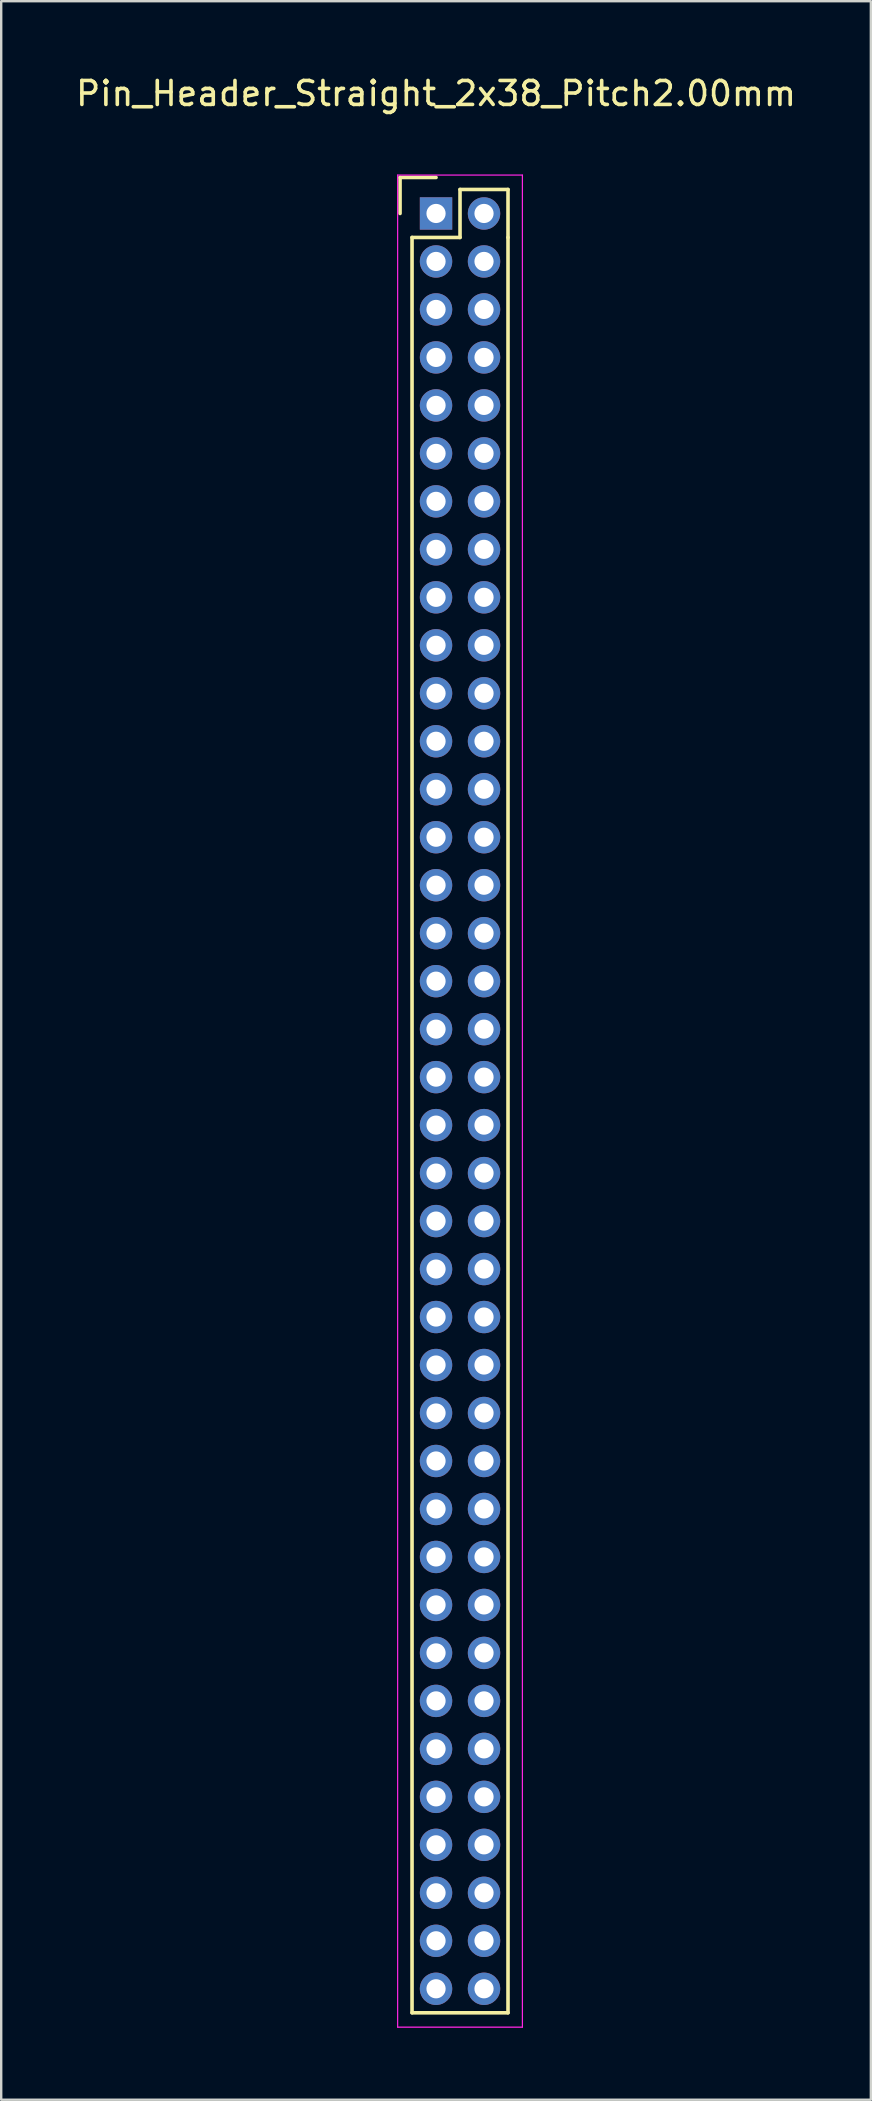
<source format=kicad_pcb>
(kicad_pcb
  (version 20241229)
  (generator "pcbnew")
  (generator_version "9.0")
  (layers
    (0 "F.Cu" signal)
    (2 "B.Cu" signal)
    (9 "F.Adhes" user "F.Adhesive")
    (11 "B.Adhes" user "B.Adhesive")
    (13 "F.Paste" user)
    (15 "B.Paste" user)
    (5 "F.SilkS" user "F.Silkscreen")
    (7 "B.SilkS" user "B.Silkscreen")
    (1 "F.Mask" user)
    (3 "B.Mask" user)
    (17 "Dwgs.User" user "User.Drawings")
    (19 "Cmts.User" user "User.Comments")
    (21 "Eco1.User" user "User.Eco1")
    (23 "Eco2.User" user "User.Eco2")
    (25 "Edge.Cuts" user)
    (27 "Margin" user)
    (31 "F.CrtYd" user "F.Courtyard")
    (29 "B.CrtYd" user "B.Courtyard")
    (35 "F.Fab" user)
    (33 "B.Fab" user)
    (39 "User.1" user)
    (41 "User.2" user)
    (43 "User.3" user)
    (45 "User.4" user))
  (footprint "Pin_Header_Straight_2x38_Pitch2.00mm"
    (layer "F.Cu")
    (at 15.125 5.848)
    (property "Reference" "Pin_Header_Straight_2x38_Pitch2.00mm" (at 0 -5 0) (layer "F.SilkS") (effects (font (size 1 1) (thickness 0.15))))
    (attr through_hole)
    (fp_line (start -1.5 -1.5) (end 0 -1.5) (stroke (width 0.15) (type solid)) (layer "F.SilkS"))
    (fp_line (start -1.5 0) (end -1.5 -1.5) (stroke (width 0.15) (type solid)) (layer "F.SilkS"))
    (fp_line (start -1 1) (end 1 1) (stroke (width 0.15) (type solid)) (layer "F.SilkS"))
    (fp_line (start -1 75) (end -1 1) (stroke (width 0.15) (type solid)) (layer "F.SilkS"))
    (fp_line (start 1 -1) (end 3 -1) (stroke (width 0.15) (type solid)) (layer "F.SilkS"))
    (fp_line (start 1 1) (end 1 -1) (stroke (width 0.15) (type solid)) (layer "F.SilkS"))
    (fp_line (start 3 -1) (end 3 1) (stroke (width 0.15) (type solid)) (layer "F.SilkS"))
    (fp_line (start 3 1) (end 3 75) (stroke (width 0.15) (type solid)) (layer "F.SilkS"))
    (fp_line (start 3 75) (end -1 75) (stroke (width 0.15) (type solid)) (layer "F.SilkS"))
    (fp_line (start -1.6 -1.6) (end 3.6 -1.6) (stroke (width 0.05) (type solid)) (layer "F.CrtYd"))
    (fp_line (start -1.6 75.6) (end -1.6 -1.6) (stroke (width 0.05) (type solid)) (layer "F.CrtYd"))
    (fp_line (start 3.6 -1.6) (end 3.6 75.6) (stroke (width 0.05) (type solid)) (layer "F.CrtYd"))
    (fp_line (start 3.6 75.6) (end -1.6 75.6) (stroke (width 0.05) (type solid)) (layer "F.CrtYd"))
    (pad "1" thru_hole rect (at 0 0) (size 1.35 1.35) (drill 0.8) (layers "*.Cu" "*.Mask"))
    (pad "2" thru_hole circle (at 2 0) (size 1.35 1.35) (drill 0.8) (layers "*.Cu" "*.Mask"))
    (pad "3" thru_hole circle (at 0 2) (size 1.35 1.35) (drill 0.8) (layers "*.Cu" "*.Mask"))
    (pad "4" thru_hole circle (at 2 2) (size 1.35 1.35) (drill 0.8) (layers "*.Cu" "*.Mask"))
    (pad "5" thru_hole circle (at 0 4) (size 1.35 1.35) (drill 0.8) (layers "*.Cu" "*.Mask"))
    (pad "6" thru_hole circle (at 2 4) (size 1.35 1.35) (drill 0.8) (layers "*.Cu" "*.Mask"))
    (pad "7" thru_hole circle (at 0 6) (size 1.35 1.35) (drill 0.8) (layers "*.Cu" "*.Mask"))
    (pad "8" thru_hole circle (at 2 6) (size 1.35 1.35) (drill 0.8) (layers "*.Cu" "*.Mask"))
    (pad "9" thru_hole circle (at 0 8) (size 1.35 1.35) (drill 0.8) (layers "*.Cu" "*.Mask"))
    (pad "10" thru_hole circle (at 2 8) (size 1.35 1.35) (drill 0.8) (layers "*.Cu" "*.Mask"))
    (pad "11" thru_hole circle (at 0 10) (size 1.35 1.35) (drill 0.8) (layers "*.Cu" "*.Mask"))
    (pad "12" thru_hole circle (at 2 10) (size 1.35 1.35) (drill 0.8) (layers "*.Cu" "*.Mask"))
    (pad "13" thru_hole circle (at 0 12) (size 1.35 1.35) (drill 0.8) (layers "*.Cu" "*.Mask"))
    (pad "14" thru_hole circle (at 2 12) (size 1.35 1.35) (drill 0.8) (layers "*.Cu" "*.Mask"))
    (pad "15" thru_hole circle (at 0 14) (size 1.35 1.35) (drill 0.8) (layers "*.Cu" "*.Mask"))
    (pad "16" thru_hole circle (at 2 14) (size 1.35 1.35) (drill 0.8) (layers "*.Cu" "*.Mask"))
    (pad "17" thru_hole circle (at 0 16) (size 1.35 1.35) (drill 0.8) (layers "*.Cu" "*.Mask"))
    (pad "18" thru_hole circle (at 2 16) (size 1.35 1.35) (drill 0.8) (layers "*.Cu" "*.Mask"))
    (pad "19" thru_hole circle (at 0 18) (size 1.35 1.35) (drill 0.8) (layers "*.Cu" "*.Mask"))
    (pad "20" thru_hole circle (at 2 18) (size 1.35 1.35) (drill 0.8) (layers "*.Cu" "*.Mask"))
    (pad "21" thru_hole circle (at 0 20) (size 1.35 1.35) (drill 0.8) (layers "*.Cu" "*.Mask"))
    (pad "22" thru_hole circle (at 2 20) (size 1.35 1.35) (drill 0.8) (layers "*.Cu" "*.Mask"))
    (pad "23" thru_hole circle (at 0 22) (size 1.35 1.35) (drill 0.8) (layers "*.Cu" "*.Mask"))
    (pad "24" thru_hole circle (at 2 22) (size 1.35 1.35) (drill 0.8) (layers "*.Cu" "*.Mask"))
    (pad "25" thru_hole circle (at 0 24) (size 1.35 1.35) (drill 0.8) (layers "*.Cu" "*.Mask"))
    (pad "26" thru_hole circle (at 2 24) (size 1.35 1.35) (drill 0.8) (layers "*.Cu" "*.Mask"))
    (pad "27" thru_hole circle (at 0 26) (size 1.35 1.35) (drill 0.8) (layers "*.Cu" "*.Mask"))
    (pad "28" thru_hole circle (at 2 26) (size 1.35 1.35) (drill 0.8) (layers "*.Cu" "*.Mask"))
    (pad "29" thru_hole circle (at 0 28) (size 1.35 1.35) (drill 0.8) (layers "*.Cu" "*.Mask"))
    (pad "30" thru_hole circle (at 2 28) (size 1.35 1.35) (drill 0.8) (layers "*.Cu" "*.Mask"))
    (pad "31" thru_hole circle (at 0 30) (size 1.35 1.35) (drill 0.8) (layers "*.Cu" "*.Mask"))
    (pad "32" thru_hole circle (at 2 30) (size 1.35 1.35) (drill 0.8) (layers "*.Cu" "*.Mask"))
    (pad "33" thru_hole circle (at 0 32) (size 1.35 1.35) (drill 0.8) (layers "*.Cu" "*.Mask"))
    (pad "34" thru_hole circle (at 2 32) (size 1.35 1.35) (drill 0.8) (layers "*.Cu" "*.Mask"))
    (pad "35" thru_hole circle (at 0 34) (size 1.35 1.35) (drill 0.8) (layers "*.Cu" "*.Mask"))
    (pad "36" thru_hole circle (at 2 34) (size 1.35 1.35) (drill 0.8) (layers "*.Cu" "*.Mask"))
    (pad "37" thru_hole circle (at 0 36) (size 1.35 1.35) (drill 0.8) (layers "*.Cu" "*.Mask"))
    (pad "38" thru_hole circle (at 2 36) (size 1.35 1.35) (drill 0.8) (layers "*.Cu" "*.Mask"))
    (pad "39" thru_hole circle (at 0 38) (size 1.35 1.35) (drill 0.8) (layers "*.Cu" "*.Mask"))
    (pad "40" thru_hole circle (at 2 38) (size 1.35 1.35) (drill 0.8) (layers "*.Cu" "*.Mask"))
    (pad "41" thru_hole circle (at 0 40) (size 1.35 1.35) (drill 0.8) (layers "*.Cu" "*.Mask"))
    (pad "42" thru_hole circle (at 2 40) (size 1.35 1.35) (drill 0.8) (layers "*.Cu" "*.Mask"))
    (pad "43" thru_hole circle (at 0 42) (size 1.35 1.35) (drill 0.8) (layers "*.Cu" "*.Mask"))
    (pad "44" thru_hole circle (at 2 42) (size 1.35 1.35) (drill 0.8) (layers "*.Cu" "*.Mask"))
    (pad "45" thru_hole circle (at 0 44) (size 1.35 1.35) (drill 0.8) (layers "*.Cu" "*.Mask"))
    (pad "46" thru_hole circle (at 2 44) (size 1.35 1.35) (drill 0.8) (layers "*.Cu" "*.Mask"))
    (pad "47" thru_hole circle (at 0 46) (size 1.35 1.35) (drill 0.8) (layers "*.Cu" "*.Mask"))
    (pad "48" thru_hole circle (at 2 46) (size 1.35 1.35) (drill 0.8) (layers "*.Cu" "*.Mask"))
    (pad "49" thru_hole circle (at 0 48) (size 1.35 1.35) (drill 0.8) (layers "*.Cu" "*.Mask"))
    (pad "50" thru_hole circle (at 2 48) (size 1.35 1.35) (drill 0.8) (layers "*.Cu" "*.Mask"))
    (pad "51" thru_hole circle (at 0 50) (size 1.35 1.35) (drill 0.8) (layers "*.Cu" "*.Mask"))
    (pad "52" thru_hole circle (at 2 50) (size 1.35 1.35) (drill 0.8) (layers "*.Cu" "*.Mask"))
    (pad "53" thru_hole circle (at 0 52) (size 1.35 1.35) (drill 0.8) (layers "*.Cu" "*.Mask"))
    (pad "54" thru_hole circle (at 2 52) (size 1.35 1.35) (drill 0.8) (layers "*.Cu" "*.Mask"))
    (pad "55" thru_hole circle (at 0 54) (size 1.35 1.35) (drill 0.8) (layers "*.Cu" "*.Mask"))
    (pad "56" thru_hole circle (at 2 54) (size 1.35 1.35) (drill 0.8) (layers "*.Cu" "*.Mask"))
    (pad "57" thru_hole circle (at 0 56) (size 1.35 1.35) (drill 0.8) (layers "*.Cu" "*.Mask"))
    (pad "58" thru_hole circle (at 2 56) (size 1.35 1.35) (drill 0.8) (layers "*.Cu" "*.Mask"))
    (pad "59" thru_hole circle (at 0 58) (size 1.35 1.35) (drill 0.8) (layers "*.Cu" "*.Mask"))
    (pad "60" thru_hole circle (at 2 58) (size 1.35 1.35) (drill 0.8) (layers "*.Cu" "*.Mask"))
    (pad "61" thru_hole circle (at 0 60) (size 1.35 1.35) (drill 0.8) (layers "*.Cu" "*.Mask"))
    (pad "62" thru_hole circle (at 2 60) (size 1.35 1.35) (drill 0.8) (layers "*.Cu" "*.Mask"))
    (pad "63" thru_hole circle (at 0 62) (size 1.35 1.35) (drill 0.8) (layers "*.Cu" "*.Mask"))
    (pad "64" thru_hole circle (at 2 62) (size 1.35 1.35) (drill 0.8) (layers "*.Cu" "*.Mask"))
    (pad "65" thru_hole circle (at 0 64) (size 1.35 1.35) (drill 0.8) (layers "*.Cu" "*.Mask"))
    (pad "66" thru_hole circle (at 2 64) (size 1.35 1.35) (drill 0.8) (layers "*.Cu" "*.Mask"))
    (pad "67" thru_hole circle (at 0 66) (size 1.35 1.35) (drill 0.8) (layers "*.Cu" "*.Mask"))
    (pad "68" thru_hole circle (at 2 66) (size 1.35 1.35) (drill 0.8) (layers "*.Cu" "*.Mask"))
    (pad "69" thru_hole circle (at 0 68) (size 1.35 1.35) (drill 0.8) (layers "*.Cu" "*.Mask"))
    (pad "70" thru_hole circle (at 2 68) (size 1.35 1.35) (drill 0.8) (layers "*.Cu" "*.Mask"))
    (pad "71" thru_hole circle (at 0 70) (size 1.35 1.35) (drill 0.8) (layers "*.Cu" "*.Mask"))
    (pad "72" thru_hole circle (at 2 70) (size 1.35 1.35) (drill 0.8) (layers "*.Cu" "*.Mask"))
    (pad "73" thru_hole circle (at 0 72) (size 1.35 1.35) (drill 0.8) (layers "*.Cu" "*.Mask"))
    (pad "74" thru_hole circle (at 2 72) (size 1.35 1.35) (drill 0.8) (layers "*.Cu" "*.Mask"))
    (pad "75" thru_hole circle (at 0 74) (size 1.35 1.35) (drill 0.8) (layers "*.Cu" "*.Mask"))
    (pad "76" thru_hole circle (at 2 74) (size 1.35 1.35) (drill 0.8) (layers "*.Cu" "*.Mask")))
  (gr_rect
    (start -3 -3)
    (end 33.25 84.473)
    (stroke (width 0.1) (type default))
    (fill no)
    (layer "Edge.Cuts")))
</source>
